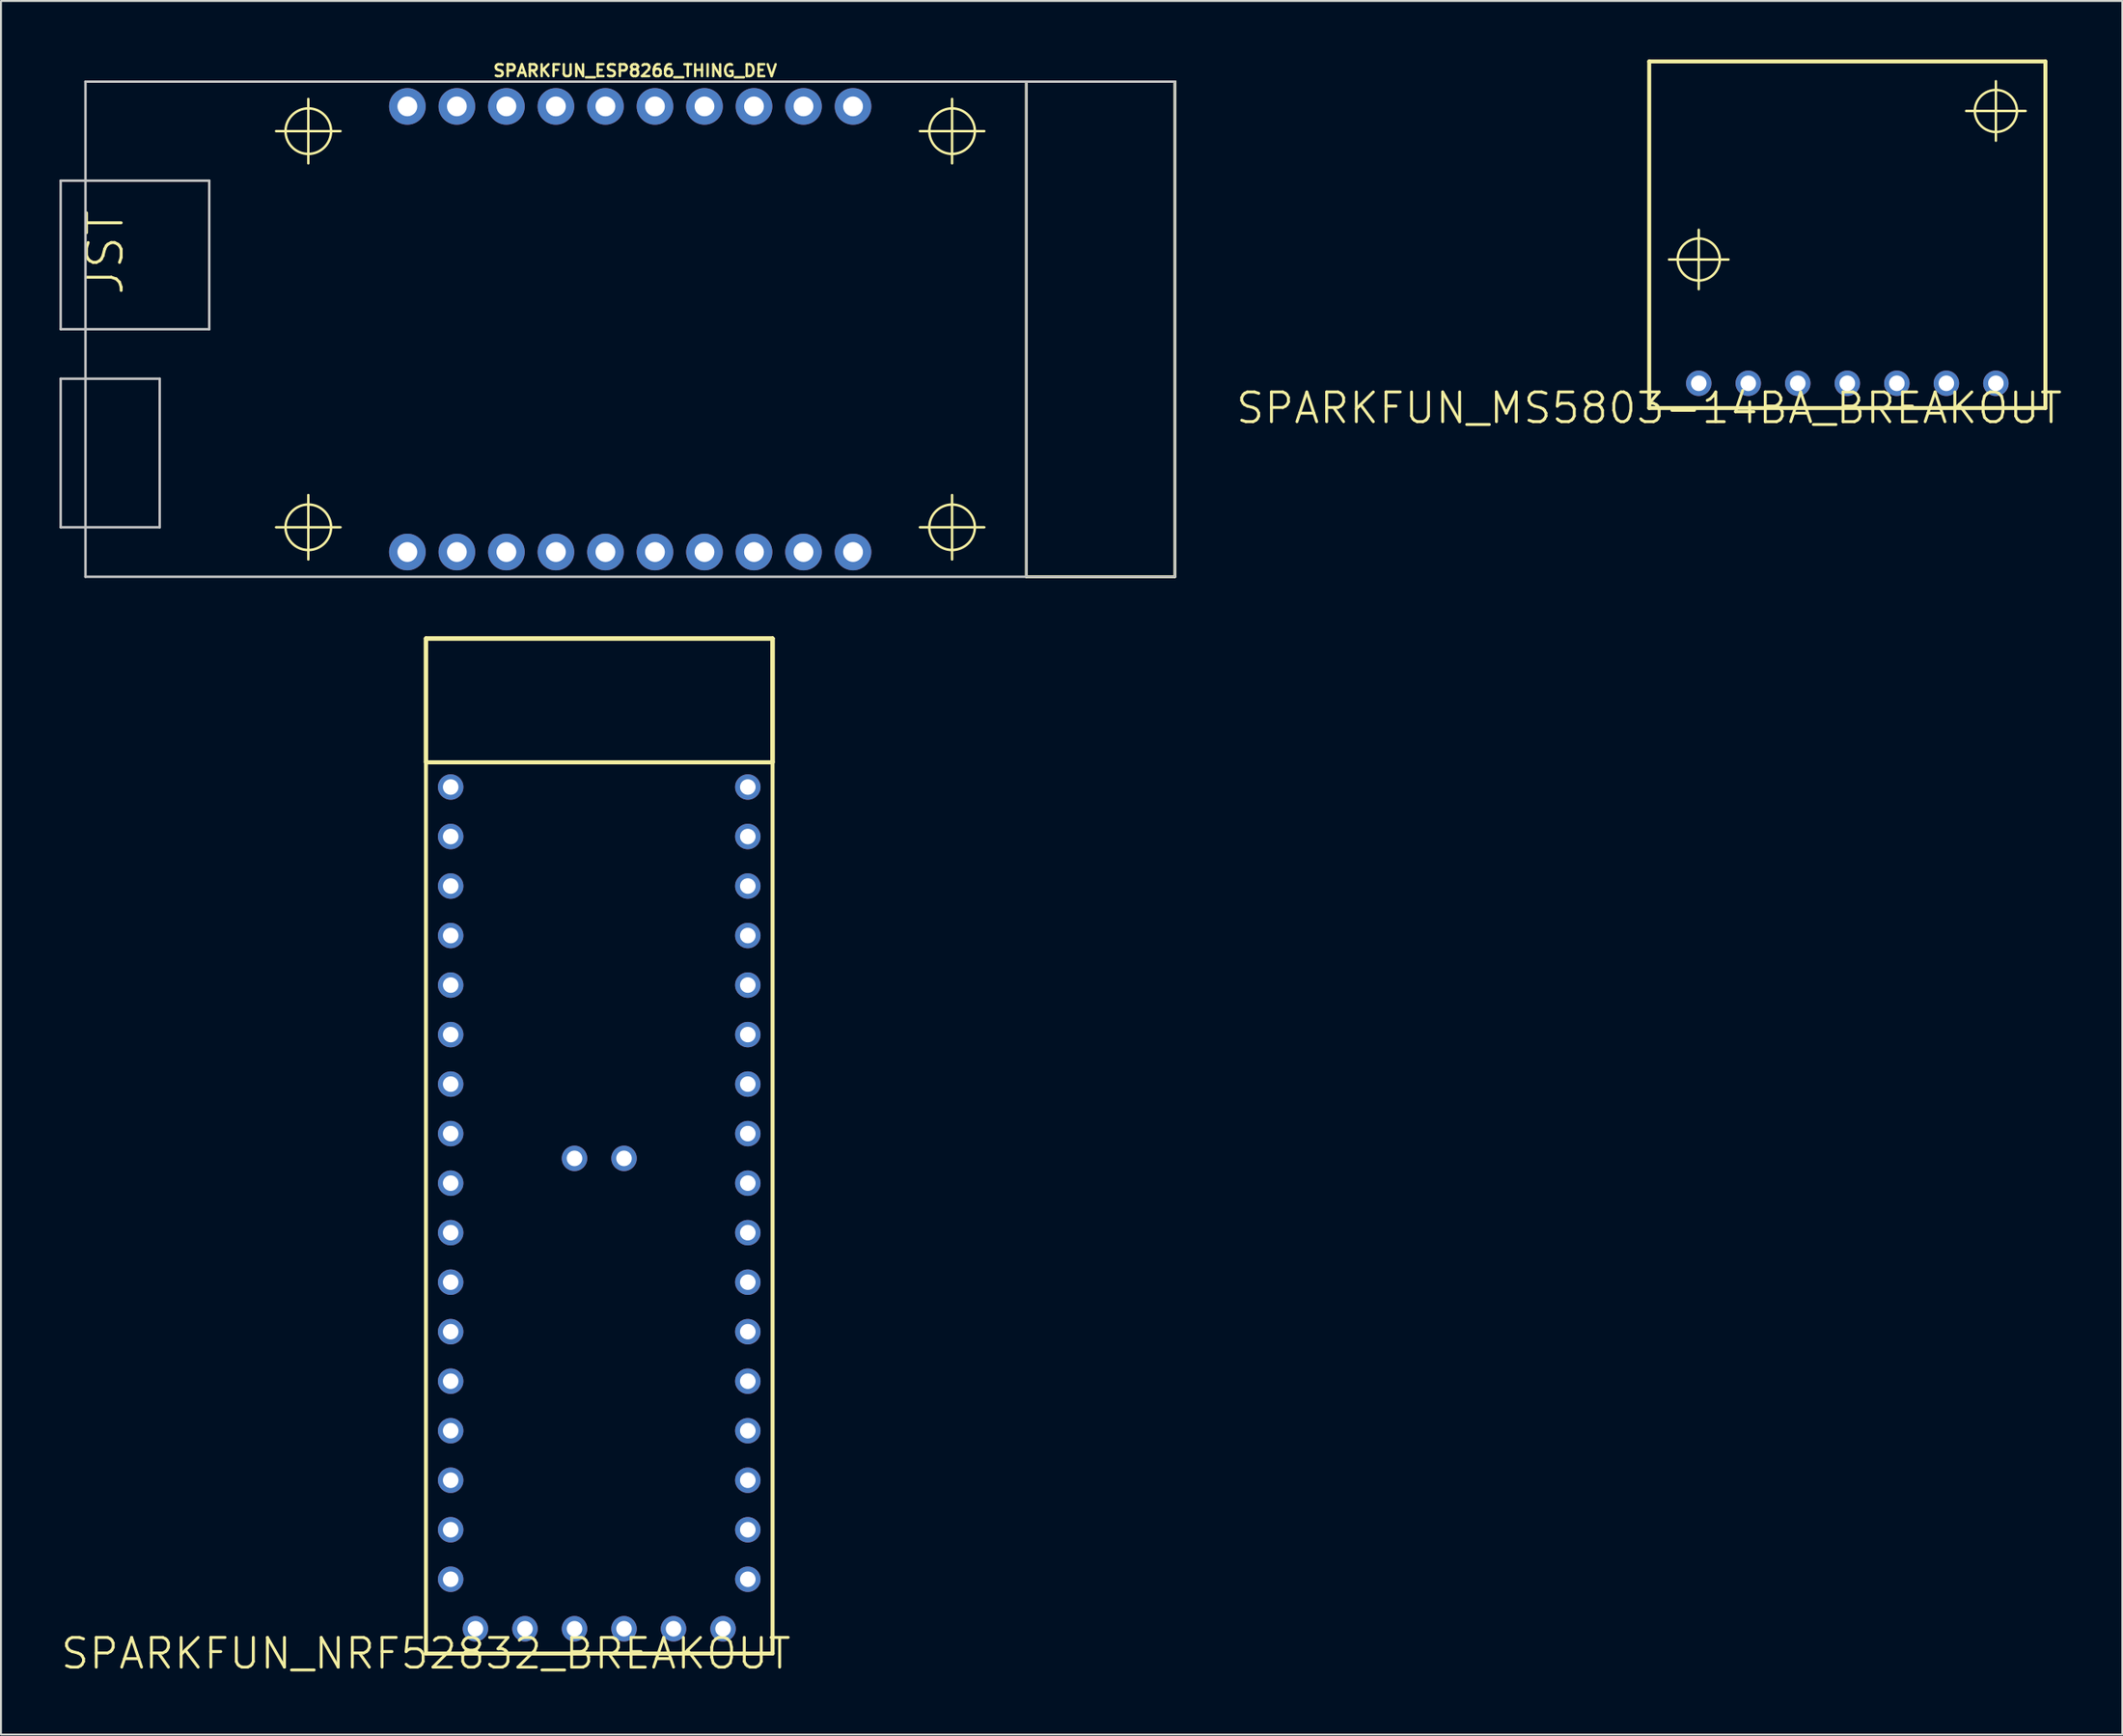
<source format=kicad_pcb>
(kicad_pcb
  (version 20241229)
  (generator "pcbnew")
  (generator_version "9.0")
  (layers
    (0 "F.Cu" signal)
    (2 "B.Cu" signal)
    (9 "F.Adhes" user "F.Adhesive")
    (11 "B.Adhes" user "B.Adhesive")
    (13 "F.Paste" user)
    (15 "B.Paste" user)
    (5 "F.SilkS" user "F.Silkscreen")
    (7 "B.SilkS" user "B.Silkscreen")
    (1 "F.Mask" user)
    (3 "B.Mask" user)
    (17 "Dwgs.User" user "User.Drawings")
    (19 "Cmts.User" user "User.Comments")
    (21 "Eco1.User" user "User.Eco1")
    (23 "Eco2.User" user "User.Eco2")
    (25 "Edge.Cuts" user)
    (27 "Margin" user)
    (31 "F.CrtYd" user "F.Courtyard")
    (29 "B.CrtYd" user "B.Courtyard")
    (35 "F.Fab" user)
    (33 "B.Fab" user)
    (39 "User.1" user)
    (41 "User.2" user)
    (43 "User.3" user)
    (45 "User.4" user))
  (footprint "SPARKFUN_MS5803-14BA_BREAKOUT"
    (layer "F.Cu")
    (at 81.54 17.882)
    (property "Reference" "SPARKFUN_MS5803-14BA_BREAKOUT" (at 0 0 0) (layer "F.SilkS") (effects (font (size 1.524 1.524) (thickness 0.15))))
    (attr exclude_from_pos_files exclude_from_bom)
    (fp_line (start 0 -17.78) (end 20.32 -17.78) (stroke (width 0.203) (type solid)) (layer "F.SilkS"))
    (fp_line (start 0 0) (end 0 -17.78) (stroke (width 0.203) (type solid)) (layer "F.SilkS"))
    (fp_line (start 1.016 -7.62) (end 4.064 -7.62) (stroke (width 0.127) (type solid)) (layer "F.SilkS"))
    (fp_line (start 2.54 -6.096) (end 2.54 -9.144) (stroke (width 0.127) (type solid)) (layer "F.SilkS"))
    (fp_line (start 16.256 -15.24) (end 19.304 -15.24) (stroke (width 0.127) (type solid)) (layer "F.SilkS"))
    (fp_line (start 17.78 -13.716) (end 17.78 -16.764) (stroke (width 0.127) (type solid)) (layer "F.SilkS"))
    (fp_line (start 20.32 -17.78) (end 20.32 0) (stroke (width 0.203) (type solid)) (layer "F.SilkS"))
    (fp_line (start 20.32 0) (end 0 0) (stroke (width 0.203) (type solid)) (layer "F.SilkS"))
    (fp_circle (center 2.54 -7.62) (end 3.302 -8.382) (stroke (width 0.127) (type solid)) (fill no) (layer "F.SilkS"))
    (fp_circle (center 17.78 -15.24) (end 18.542 -16.002) (stroke (width 0.127) (type solid)) (fill no) (layer "F.SilkS"))
    (pad "3.3V" thru_hole circle (at 5.08 -1.27) (size 1.306 1.306) (drill 0.798) (layers "*.Cu" "*.Paste" "*.Mask"))
    (pad "AD/C" thru_hole circle (at 15.24 -1.27) (size 1.306 1.306) (drill 0.798) (layers "*.Cu" "*.Paste" "*.Mask"))
    (pad "GND" thru_hole circle (at 2.54 -1.27) (size 1.306 1.306) (drill 0.798) (layers "*.Cu" "*.Paste" "*.Mask"))
    (pad "PS" thru_hole circle (at 17.78 -1.27) (size 1.306 1.306) (drill 0.798) (layers "*.Cu" "*.Paste" "*.Mask"))
    (pad "SCL/" thru_hole circle (at 10.16 -1.27) (size 1.306 1.306) (drill 0.798) (layers "*.Cu" "*.Paste" "*.Mask"))
    (pad "SDA/" thru_hole circle (at 7.62 -1.27) (size 1.306 1.306) (drill 0.798) (layers "*.Cu" "*.Paste" "*.Mask"))
    (pad "SDO" thru_hole circle (at 12.7 -1.27) (size 1.306 1.306) (drill 0.798) (layers "*.Cu" "*.Paste" "*.Mask")))
  (footprint "SPARKFUN_ESP8266_THING_DEV"
    (layer "F.Cu")
    (at 28.003 13.838)
    (property "Reference" "SPARKFUN_ESP8266_THING_DEV" (at 1.524 -13.259 0) (layer "F.SilkS") (effects (font (size 0.61 0.61) (thickness 0.127))))
    (attr exclude_from_pos_files exclude_from_bom)
    (fp_line (start -16.891 -10.16) (end -13.589 -10.16) (stroke (width 0.127) (type solid)) (layer "F.SilkS"))
    (fp_line (start -16.891 10.16) (end -13.589 10.16) (stroke (width 0.127) (type solid)) (layer "F.SilkS"))
    (fp_line (start -15.24 -8.509) (end -15.24 -11.811) (stroke (width 0.127) (type solid)) (layer "F.SilkS"))
    (fp_line (start -15.24 11.811) (end -15.24 8.509) (stroke (width 0.127) (type solid)) (layer "F.SilkS"))
    (fp_line (start 16.129 -10.16) (end 19.431 -10.16) (stroke (width 0.127) (type solid)) (layer "F.SilkS"))
    (fp_line (start 16.129 10.16) (end 19.431 10.16) (stroke (width 0.127) (type solid)) (layer "F.SilkS"))
    (fp_line (start 17.78 -8.509) (end 17.78 -11.811) (stroke (width 0.127) (type solid)) (layer "F.SilkS"))
    (fp_line (start 17.78 11.811) (end 17.78 8.509) (stroke (width 0.127) (type solid)) (layer "F.SilkS"))
    (fp_line (start 21.59 -12.7) (end 21.59 12.7) (stroke (width 0.127) (type solid)) (layer "F.SilkS"))
    (fp_line (start 21.59 -12.7) (end 21.59 12.7) (stroke (width 0.127) (type solid)) (layer "F.SilkS"))
    (fp_line (start 21.59 12.7) (end 29.21 12.7) (stroke (width 0.127) (type solid)) (layer "F.SilkS"))
    (fp_line (start 21.59 12.7) (end 29.21 12.7) (stroke (width 0.127) (type solid)) (layer "F.SilkS"))
    (fp_line (start 29.21 -12.7) (end 21.59 -12.7) (stroke (width 0.127) (type solid)) (layer "F.SilkS"))
    (fp_line (start 29.21 -12.7) (end 21.59 -12.7) (stroke (width 0.127) (type solid)) (layer "F.SilkS"))
    (fp_line (start 29.21 12.7) (end 29.21 -12.7) (stroke (width 0.127) (type solid)) (layer "F.SilkS"))
    (fp_line (start 29.21 12.7) (end 29.21 -12.7) (stroke (width 0.127) (type solid)) (layer "F.SilkS"))
    (fp_circle (center -15.24 -10.16) (end -16.066 -10.986) (stroke (width 0.127) (type solid)) (fill no) (layer "F.SilkS"))
    (fp_circle (center -15.24 10.16) (end -16.066 10.986) (stroke (width 0.127) (type solid)) (fill no) (layer "F.SilkS"))
    (fp_circle (center 17.78 -10.16) (end 18.605 -10.986) (stroke (width 0.127) (type solid)) (fill no) (layer "F.SilkS"))
    (fp_circle (center 17.78 10.16) (end 18.605 10.986) (stroke (width 0.127) (type solid)) (fill no) (layer "F.SilkS"))
    (fp_line (start -27.94 -7.62) (end -27.94 0) (stroke (width 0.127) (type solid)) (layer "Dwgs.User"))
    (fp_line (start -27.94 0) (end -26.67 0) (stroke (width 0.127) (type solid)) (layer "Dwgs.User"))
    (fp_line (start -27.94 2.54) (end -27.94 10.16) (stroke (width 0.127) (type solid)) (layer "Dwgs.User"))
    (fp_line (start -27.94 10.16) (end -22.86 10.16) (stroke (width 0.127) (type solid)) (layer "Dwgs.User"))
    (fp_line (start -26.67 -12.7) (end 29.21 -12.7) (stroke (width 0.127) (type solid)) (layer "Dwgs.User"))
    (fp_line (start -26.67 0) (end -26.67 -12.7) (stroke (width 0.127) (type solid)) (layer "Dwgs.User"))
    (fp_line (start -26.67 0) (end -20.32 0) (stroke (width 0.127) (type solid)) (layer "Dwgs.User"))
    (fp_line (start -26.67 12.7) (end -26.67 0) (stroke (width 0.127) (type solid)) (layer "Dwgs.User"))
    (fp_line (start -22.86 2.54) (end -27.94 2.54) (stroke (width 0.127) (type solid)) (layer "Dwgs.User"))
    (fp_line (start -22.86 10.16) (end -22.86 2.54) (stroke (width 0.127) (type solid)) (layer "Dwgs.User"))
    (fp_line (start -20.32 -7.62) (end -27.94 -7.62) (stroke (width 0.127) (type solid)) (layer "Dwgs.User"))
    (fp_line (start -20.32 0) (end -20.32 -7.62) (stroke (width 0.127) (type solid)) (layer "Dwgs.User"))
    (fp_line (start 21.59 -12.7) (end 21.59 12.7) (stroke (width 0.127) (type solid)) (layer "Dwgs.User"))
    (fp_line (start 29.21 -12.7) (end 29.21 12.7) (stroke (width 0.127) (type solid)) (layer "Dwgs.User"))
    (fp_line (start 29.21 12.7) (end -26.67 12.7) (stroke (width 0.127) (type solid)) (layer "Dwgs.User"))
    (fp_text user "JST" (at -25.654 -3.937 90) (layer "F.SilkS") (effects (font (size 1.778 1.778) (thickness 0.152))))
    (pad "0" thru_hole circle (at -2.54 -11.43) (size 1.88 1.88) (drill 1.016) (layers "*.Cu" "*.Paste" "*.Mask"))
    (pad "2" thru_hole circle (at -5.08 11.43) (size 1.88 1.88) (drill 1.016) (layers "*.Cu" "*.Paste" "*.Mask"))
    (pad "3.3V" thru_hole circle (at -7.62 11.43) (size 1.88 1.88) (drill 1.016) (layers "*.Cu" "*.Paste" "*.Mask"))
    (pad "4" thru_hole circle (at 0 -11.43) (size 1.88 1.88) (drill 1.016) (layers "*.Cu" "*.Paste" "*.Mask"))
    (pad "5" thru_hole circle (at -5.08 -11.43) (size 1.88 1.88) (drill 1.016) (layers "*.Cu" "*.Paste" "*.Mask"))
    (pad "5V" thru_hole circle (at 7.62 11.43) (size 1.88 1.88) (drill 1.016) (layers "*.Cu" "*.Paste" "*.Mask"))
    (pad "12" thru_hole circle (at 5.08 -11.43) (size 1.88 1.88) (drill 1.016) (layers "*.Cu" "*.Paste" "*.Mask"))
    (pad "13" thru_hole circle (at 2.54 -11.43) (size 1.88 1.88) (drill 1.016) (layers "*.Cu" "*.Paste" "*.Mask"))
    (pad "14" thru_hole circle (at -2.54 11.43) (size 1.88 1.88) (drill 1.016) (layers "*.Cu" "*.Paste" "*.Mask"))
    (pad "15" thru_hole circle (at 12.7 -11.43) (size 1.88 1.88) (drill 1.016) (layers "*.Cu" "*.Paste" "*.Mask"))
    (pad "16" thru_hole circle (at 7.62 -11.43) (size 1.88 1.88) (drill 1.016) (layers "*.Cu" "*.Paste" "*.Mask"))
    (pad "ADC" thru_hole circle (at 10.16 -11.43) (size 1.88 1.88) (drill 1.016) (layers "*.Cu" "*.Paste" "*.Mask"))
    (pad "GND@" thru_hole circle (at -10.16 -11.43) (size 1.88 1.88) (drill 1.016) (layers "*.Cu" "*.Paste" "*.Mask"))
    (pad "GND@" thru_hole circle (at -10.16 11.43) (size 1.88 1.88) (drill 1.016) (layers "*.Cu" "*.Paste" "*.Mask"))
    (pad "GND@" thru_hole circle (at 12.7 11.43) (size 1.88 1.88) (drill 1.016) (layers "*.Cu" "*.Paste" "*.Mask"))
    (pad "NC" thru_hole circle (at 10.16 11.43) (size 1.88 1.88) (drill 1.016) (layers "*.Cu" "*.Paste" "*.Mask"))
    (pad "RST" thru_hole circle (at 0 11.43) (size 1.88 1.88) (drill 1.016) (layers "*.Cu" "*.Paste" "*.Mask"))
    (pad "RX" thru_hole circle (at 5.08 11.43) (size 1.88 1.88) (drill 1.016) (layers "*.Cu" "*.Paste" "*.Mask"))
    (pad "TX" thru_hole circle (at 2.54 11.43) (size 1.88 1.88) (drill 1.016) (layers "*.Cu" "*.Paste" "*.Mask"))
    (pad "VIN" thru_hole circle (at -7.62 -11.43) (size 1.88 1.88) (drill 1.016) (layers "*.Cu" "*.Paste" "*.Mask")))
  (footprint "SPARKFUN_NRF52832_BREAKOUT"
    (layer "F.Cu")
    (at 18.796 81.773)
    (property "Reference" "SPARKFUN_NRF52832_BREAKOUT" (at 0 0 0) (layer "F.SilkS") (effects (font (size 1.524 1.524) (thickness 0.15))))
    (attr exclude_from_pos_files exclude_from_bom)
    (fp_line (start 0 -52.07) (end 0 -45.72) (stroke (width 0.203) (type solid)) (layer "F.SilkS"))
    (fp_line (start 0 -52.07) (end 0 -45.72) (stroke (width 0.203) (type solid)) (layer "F.SilkS"))
    (fp_line (start 0 -52.07) (end 17.78 -52.07) (stroke (width 0.203) (type solid)) (layer "F.SilkS"))
    (fp_line (start 0 -45.72) (end 17.78 -45.72) (stroke (width 0.203) (type solid)) (layer "F.SilkS"))
    (fp_line (start 0 -45.72) (end 17.78 -45.72) (stroke (width 0.203) (type solid)) (layer "F.SilkS"))
    (fp_line (start 0 0) (end 0 -52.07) (stroke (width 0.203) (type solid)) (layer "F.SilkS"))
    (fp_line (start 17.78 -52.07) (end 0 -52.07) (stroke (width 0.203) (type solid)) (layer "F.SilkS"))
    (fp_line (start 17.78 -52.07) (end 0 -52.07) (stroke (width 0.203) (type solid)) (layer "F.SilkS"))
    (fp_line (start 17.78 -52.07) (end 17.78 0) (stroke (width 0.203) (type solid)) (layer "F.SilkS"))
    (fp_line (start 17.78 -45.72) (end 17.78 -52.07) (stroke (width 0.203) (type solid)) (layer "F.SilkS"))
    (fp_line (start 17.78 -45.72) (end 17.78 -52.07) (stroke (width 0.203) (type solid)) (layer "F.SilkS"))
    (fp_line (start 17.78 0) (end 0 0) (stroke (width 0.203) (type solid)) (layer "F.SilkS"))
    (pad "!RST" thru_hole circle (at 1.27 -11.43) (size 1.306 1.306) (drill 0.798) (layers "*.Cu" "*.Paste" "*.Mask"))
    (pad "00/X" thru_hole circle (at 16.51 -11.43) (size 1.306 1.306) (drill 0.798) (layers "*.Cu" "*.Paste" "*.Mask"))
    (pad "1-NF" thru_hole circle (at 7.62 -25.4) (size 1.306 1.306) (drill 0.798) (layers "*.Cu" "*.Paste" "*.Mask"))
    (pad "01/X" thru_hole circle (at 16.51 -13.97) (size 1.306 1.306) (drill 0.798) (layers "*.Cu" "*.Paste" "*.Mask"))
    (pad "2-NF" thru_hole circle (at 10.16 -25.4) (size 1.306 1.306) (drill 0.798) (layers "*.Cu" "*.Paste" "*.Mask"))
    (pad "02/A" thru_hole circle (at 16.51 -16.51) (size 1.306 1.306) (drill 0.798) (layers "*.Cu" "*.Paste" "*.Mask"))
    (pad "3.3V" thru_hole circle (at 1.27 -8.89) (size 1.306 1.306) (drill 0.798) (layers "*.Cu" "*.Paste" "*.Mask"))
    (pad "3.3V" thru_hole circle (at 16.51 -8.89) (size 1.306 1.306) (drill 0.798) (layers "*.Cu" "*.Paste" "*.Mask"))
    (pad "03/A" thru_hole circle (at 16.51 -19.05) (size 1.306 1.306) (drill 0.798) (layers "*.Cu" "*.Paste" "*.Mask"))
    (pad "04/A" thru_hole circle (at 16.51 -21.59) (size 1.306 1.306) (drill 0.798) (layers "*.Cu" "*.Paste" "*.Mask"))
    (pad "05/A" thru_hole circle (at 16.51 -24.13) (size 1.306 1.306) (drill 0.798) (layers "*.Cu" "*.Paste" "*.Mask"))
    (pad "08" thru_hole circle (at 16.51 -26.67) (size 1.306 1.306) (drill 0.798) (layers "*.Cu" "*.Paste" "*.Mask"))
    (pad "09" thru_hole circle (at 16.51 -29.21) (size 1.306 1.306) (drill 0.798) (layers "*.Cu" "*.Paste" "*.Mask"))
    (pad "10" thru_hole circle (at 16.51 -31.75) (size 1.306 1.306) (drill 0.798) (layers "*.Cu" "*.Paste" "*.Mask"))
    (pad "11" thru_hole circle (at 16.51 -34.29) (size 1.306 1.306) (drill 0.798) (layers "*.Cu" "*.Paste" "*.Mask"))
    (pad "12" thru_hole circle (at 16.51 -36.83) (size 1.306 1.306) (drill 0.798) (layers "*.Cu" "*.Paste" "*.Mask"))
    (pad "13" thru_hole circle (at 16.51 -39.37) (size 1.306 1.306) (drill 0.798) (layers "*.Cu" "*.Paste" "*.Mask"))
    (pad "14" thru_hole circle (at 16.51 -41.91) (size 1.306 1.306) (drill 0.798) (layers "*.Cu" "*.Paste" "*.Mask"))
    (pad "15" thru_hole circle (at 16.51 -44.45) (size 1.306 1.306) (drill 0.798) (layers "*.Cu" "*.Paste" "*.Mask"))
    (pad "16" thru_hole circle (at 1.27 -44.45) (size 1.306 1.306) (drill 0.798) (layers "*.Cu" "*.Paste" "*.Mask"))
    (pad "17" thru_hole circle (at 1.27 -41.91) (size 1.306 1.306) (drill 0.798) (layers "*.Cu" "*.Paste" "*.Mask"))
    (pad "18" thru_hole circle (at 1.27 -39.37) (size 1.306 1.306) (drill 0.798) (layers "*.Cu" "*.Paste" "*.Mask"))
    (pad "19" thru_hole circle (at 1.27 -36.83) (size 1.306 1.306) (drill 0.798) (layers "*.Cu" "*.Paste" "*.Mask"))
    (pad "20" thru_hole circle (at 1.27 -34.29) (size 1.306 1.306) (drill 0.798) (layers "*.Cu" "*.Paste" "*.Mask"))
    (pad "22" thru_hole circle (at 1.27 -31.75) (size 1.306 1.306) (drill 0.798) (layers "*.Cu" "*.Paste" "*.Mask"))
    (pad "23" thru_hole circle (at 1.27 -29.21) (size 1.306 1.306) (drill 0.798) (layers "*.Cu" "*.Paste" "*.Mask"))
    (pad "24" thru_hole circle (at 1.27 -26.67) (size 1.306 1.306) (drill 0.798) (layers "*.Cu" "*.Paste" "*.Mask"))
    (pad "25" thru_hole circle (at 1.27 -24.13) (size 1.306 1.306) (drill 0.798) (layers "*.Cu" "*.Paste" "*.Mask"))
    (pad "26/R" thru_hole circle (at 7.62 -1.27) (size 1.306 1.306) (drill 0.798) (layers "*.Cu" "*.Paste" "*.Mask"))
    (pad "27/T" thru_hole circle (at 5.08 -1.27) (size 1.306 1.306) (drill 0.798) (layers "*.Cu" "*.Paste" "*.Mask"))
    (pad "28/A" thru_hole circle (at 1.27 -21.59) (size 1.306 1.306) (drill 0.798) (layers "*.Cu" "*.Paste" "*.Mask"))
    (pad "29/A" thru_hole circle (at 1.27 -19.05) (size 1.306 1.306) (drill 0.798) (layers "*.Cu" "*.Paste" "*.Mask"))
    (pad "30/A" thru_hole circle (at 1.27 -16.51) (size 1.306 1.306) (drill 0.798) (layers "*.Cu" "*.Paste" "*.Mask"))
    (pad "31/A" thru_hole circle (at 1.27 -13.97) (size 1.306 1.306) (drill 0.798) (layers "*.Cu" "*.Paste" "*.Mask"))
    (pad "GND" thru_hole circle (at 1.27 -3.81) (size 1.306 1.306) (drill 0.798) (layers "*.Cu" "*.Paste" "*.Mask"))
    (pad "GND1" thru_hole circle (at 15.24 -1.27) (size 1.306 1.306) (drill 0.798) (layers "*.Cu" "*.Paste" "*.Mask"))
    (pad "GND2" thru_hole circle (at 16.51 -3.81) (size 1.306 1.306) (drill 0.798) (layers "*.Cu" "*.Paste" "*.Mask"))
    (pad "P$1" thru_hole circle (at 2.54 -1.27) (size 1.306 1.306) (drill 0.798) (layers "*.Cu" "*.Paste" "*.Mask"))
    (pad "P$5" thru_hole circle (at 12.7 -1.27) (size 1.306 1.306) (drill 0.798) (layers "*.Cu" "*.Paste" "*.Mask"))
    (pad "VCC" thru_hole circle (at 10.16 -1.27) (size 1.306 1.306) (drill 0.798) (layers "*.Cu" "*.Paste" "*.Mask"))
    (pad "VIN" thru_hole circle (at 1.27 -6.35) (size 1.306 1.306) (drill 0.798) (layers "*.Cu" "*.Paste" "*.Mask"))
    (pad "VIN1" thru_hole circle (at 16.51 -6.35) (size 1.306 1.306) (drill 0.798) (layers "*.Cu" "*.Paste" "*.Mask")))
  (gr_rect
    (start -3 -3)
    (end 105.804 85.928)
    (stroke (width 0.1) (type default))
    (fill no)
    (layer "Edge.Cuts")))
</source>
